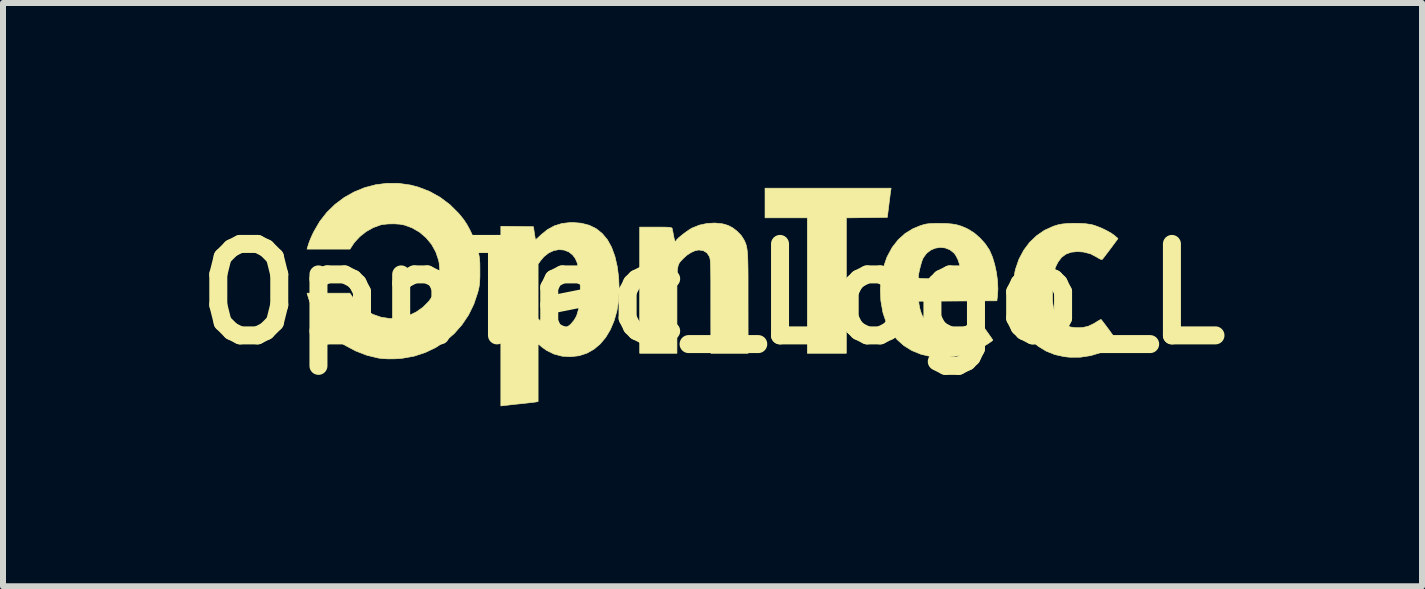
<source format=kicad_pcb>
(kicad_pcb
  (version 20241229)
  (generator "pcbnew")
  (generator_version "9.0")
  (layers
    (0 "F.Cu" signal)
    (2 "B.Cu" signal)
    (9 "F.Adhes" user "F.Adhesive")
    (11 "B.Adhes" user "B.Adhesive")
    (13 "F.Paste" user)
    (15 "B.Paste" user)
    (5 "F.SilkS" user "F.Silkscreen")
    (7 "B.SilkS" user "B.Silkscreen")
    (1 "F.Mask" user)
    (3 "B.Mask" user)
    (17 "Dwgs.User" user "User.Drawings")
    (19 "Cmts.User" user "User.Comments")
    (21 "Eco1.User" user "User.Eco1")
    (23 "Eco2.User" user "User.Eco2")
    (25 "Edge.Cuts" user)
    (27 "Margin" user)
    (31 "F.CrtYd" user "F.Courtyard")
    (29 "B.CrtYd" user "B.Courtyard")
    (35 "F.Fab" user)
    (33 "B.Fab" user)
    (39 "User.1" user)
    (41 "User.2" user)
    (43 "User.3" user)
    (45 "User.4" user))
  (footprint "OpnTec_Logo_L"
    (layer "F.Cu")
    (at 8.825 1.85)
    (property "Reference" "OpnTec_Logo_L" (at 0 0 0) (layer "F.SilkS") (effects (font (size 1.524 1.524) (thickness 0.3))))
    (attr through_hole)
    (fp_poly (pts (xy 2.969 -1.718) (xy 2.964 -1.687) (xy 2.958 -1.635) (xy 2.949 -1.568) (xy 2.94 -1.494) (xy 2.938 -1.475) (xy 2.913 -1.277) (xy 2.23 -1.269) (xy 2.23 0.988) (xy 1.58 0.988) (xy 1.58 -1.27) (xy 0.875 -1.27) (xy 0.875 -1.764) (xy 2.976 -1.764) (xy 2.969 -1.718)) (stroke (width 0.01) (type solid)) (fill yes) (layer "F.SilkS"))
    (fp_poly (pts (xy 0.166 -1.17) (xy 0.257 -1.144) (xy 0.335 -1.104) (xy 0.41 -1.046) (xy 0.476 -0.978) (xy 0.52 -0.911) (xy 0.535 -0.881) (xy 0.547 -0.854) (xy 0.558 -0.825) (xy 0.566 -0.794) (xy 0.573 -0.758) (xy 0.579 -0.714) (xy 0.584 -0.66) (xy 0.587 -0.594) (xy 0.589 -0.513) (xy 0.591 -0.415) (xy 0.592 -0.298) (xy 0.592 -0.159) (xy 0.592 0.004) (xy 0.592 0.145) (xy 0.593 0.988) (xy -0.028 0.988) (xy -0.029 0.208) (xy -0.029 0.04) (xy -0.029 -0.103) (xy -0.029 -0.222) (xy -0.03 -0.32) (xy -0.031 -0.4) (xy -0.033 -0.463) (xy -0.035 -0.512) (xy -0.037 -0.549) (xy -0.04 -0.577) (xy -0.044 -0.598) (xy -0.049 -0.615) (xy -0.055 -0.629) (xy -0.056 -0.632) (xy -0.096 -0.688) (xy -0.153 -0.722) (xy -0.227 -0.734) (xy -0.229 -0.734) (xy -0.29 -0.722) (xy -0.358 -0.692) (xy -0.427 -0.647) (xy -0.481 -0.598) (xy -0.506 -0.573) (xy -0.526 -0.551) (xy -0.543 -0.532) (xy -0.557 -0.511) (xy -0.568 -0.487) (xy -0.577 -0.456) (xy -0.583 -0.417) (xy -0.588 -0.367) (xy -0.59 -0.303) (xy -0.592 -0.223) (xy -0.593 -0.124) (xy -0.593 -0.004) (xy -0.593 0.141) (xy -0.593 0.264) (xy -0.593 0.988) (xy -1.214 0.988) (xy -1.214 -1.115) (xy -0.946 -1.115) (xy -0.853 -1.115) (xy -0.784 -1.114) (xy -0.735 -1.112) (xy -0.704 -1.109) (xy -0.685 -1.104) (xy -0.676 -1.097) (xy -0.672 -1.09) (xy -0.667 -1.064) (xy -0.658 -1.02) (xy -0.649 -0.97) (xy -0.639 -0.923) (xy -0.628 -0.889) (xy -0.62 -0.875) (xy -0.619 -0.875) (xy -0.607 -0.886) (xy -0.607 -0.889) (xy -0.596 -0.906) (xy -0.567 -0.935) (xy -0.524 -0.971) (xy -0.475 -1.01) (xy -0.422 -1.048) (xy -0.373 -1.081) (xy -0.335 -1.102) (xy -0.217 -1.149) (xy -0.089 -1.176) (xy 0.041 -1.183) (xy 0.166 -1.17)) (stroke (width 0.01) (type solid)) (fill yes) (layer "F.SilkS"))
    (fp_poly (pts (xy -2.187 -1.18) (xy -2.055 -1.146) (xy -1.939 -1.089) (xy -1.838 -1.008) (xy -1.752 -0.905) (xy -1.682 -0.778) (xy -1.627 -0.627) (xy -1.587 -0.453) (xy -1.564 -0.269) (xy -1.556 -0.073) (xy -1.566 0.113) (xy -1.595 0.288) (xy -1.641 0.448) (xy -1.703 0.594) (xy -1.78 0.722) (xy -1.871 0.831) (xy -1.976 0.92) (xy -2.093 0.986) (xy -2.222 1.028) (xy -2.227 1.029) (xy -2.369 1.045) (xy -2.508 1.036) (xy -2.641 1.001) (xy -2.762 0.942) (xy -2.84 0.887) (xy -2.907 0.831) (xy -2.907 1.792) (xy -2.939 1.798) (xy -2.964 1.802) (xy -3.011 1.808) (xy -3.074 1.815) (xy -3.148 1.823) (xy -3.182 1.827) (xy -3.263 1.835) (xy -3.339 1.843) (xy -3.404 1.851) (xy -3.45 1.856) (xy -3.461 1.857) (xy -3.528 1.865) (xy -3.528 -0.496) (xy -2.907 -0.496) (xy -2.907 0.409) (xy -2.855 0.467) (xy -2.776 0.535) (xy -2.687 0.577) (xy -2.591 0.592) (xy -2.488 0.58) (xy -2.477 0.577) (xy -2.421 0.55) (xy -2.363 0.503) (xy -2.311 0.442) (xy -2.271 0.375) (xy -2.261 0.35) (xy -2.23 0.243) (xy -2.211 0.117) (xy -2.203 -0.031) (xy -2.205 -0.168) (xy -2.215 -0.309) (xy -2.231 -0.425) (xy -2.255 -0.519) (xy -2.288 -0.594) (xy -2.332 -0.652) (xy -2.386 -0.695) (xy -2.394 -0.701) (xy -2.475 -0.733) (xy -2.562 -0.74) (xy -2.649 -0.723) (xy -2.733 -0.683) (xy -2.81 -0.622) (xy -2.866 -0.556) (xy -2.907 -0.496) (xy -3.528 -0.496) (xy -3.528 -1.129) (xy -3.256 -1.126) (xy -2.985 -1.122) (xy -2.969 -1.016) (xy -2.961 -0.965) (xy -2.955 -0.925) (xy -2.951 -0.905) (xy -2.951 -0.904) (xy -2.941 -0.911) (xy -2.915 -0.933) (xy -2.879 -0.966) (xy -2.861 -0.984) (xy -2.752 -1.073) (xy -2.636 -1.136) (xy -2.511 -1.175) (xy -2.372 -1.191) (xy -2.335 -1.192) (xy -2.187 -1.18)) (stroke (width 0.01) (type solid)) (fill yes) (layer "F.SilkS"))
    (fp_poly (pts (xy 6.124 -1.177) (xy 6.221 -1.171) (xy 6.303 -1.159) (xy 6.336 -1.152) (xy 6.411 -1.127) (xy 6.494 -1.093) (xy 6.575 -1.053) (xy 6.647 -1.012) (xy 6.701 -0.974) (xy 6.705 -0.97) (xy 6.757 -0.924) (xy 6.635 -0.759) (xy 6.59 -0.699) (xy 6.55 -0.647) (xy 6.519 -0.606) (xy 6.5 -0.582) (xy 6.497 -0.579) (xy 6.48 -0.575) (xy 6.448 -0.588) (xy 6.407 -0.613) (xy 6.3 -0.67) (xy 6.181 -0.7) (xy 6.083 -0.707) (xy 5.978 -0.697) (xy 5.89 -0.665) (xy 5.818 -0.612) (xy 5.759 -0.534) (xy 5.748 -0.513) (xy 5.718 -0.452) (xy 5.697 -0.392) (xy 5.681 -0.328) (xy 5.672 -0.254) (xy 5.667 -0.163) (xy 5.666 -0.05) (xy 5.666 -0.049) (xy 5.666 0.041) (xy 5.668 0.11) (xy 5.672 0.164) (xy 5.679 0.208) (xy 5.689 0.249) (xy 5.697 0.275) (xy 5.74 0.379) (xy 5.8 0.458) (xy 5.875 0.515) (xy 5.967 0.55) (xy 6.049 0.561) (xy 6.161 0.56) (xy 6.26 0.538) (xy 6.355 0.493) (xy 6.379 0.478) (xy 6.422 0.451) (xy 6.456 0.432) (xy 6.473 0.424) (xy 6.474 0.424) (xy 6.484 0.434) (xy 6.507 0.464) (xy 6.54 0.507) (xy 6.579 0.559) (xy 6.621 0.616) (xy 6.662 0.673) (xy 6.699 0.725) (xy 6.729 0.768) (xy 6.748 0.797) (xy 6.742 0.813) (xy 6.716 0.838) (xy 6.673 0.869) (xy 6.619 0.902) (xy 6.559 0.935) (xy 6.496 0.964) (xy 6.464 0.978) (xy 6.302 1.027) (xy 6.13 1.053) (xy 5.956 1.054) (xy 5.863 1.044) (xy 5.703 1.009) (xy 5.559 0.951) (xy 5.427 0.87) (xy 5.311 0.77) (xy 5.208 0.65) (xy 5.127 0.518) (xy 5.068 0.371) (xy 5.036 0.247) (xy 5.019 0.135) (xy 5.012 0.009) (xy 5.013 -0.124) (xy 5.022 -0.252) (xy 5.039 -0.367) (xy 5.05 -0.415) (xy 5.107 -0.58) (xy 5.186 -0.729) (xy 5.284 -0.86) (xy 5.4 -0.971) (xy 5.532 -1.062) (xy 5.68 -1.129) (xy 5.757 -1.153) (xy 5.829 -1.167) (xy 5.919 -1.175) (xy 6.02 -1.179) (xy 6.124 -1.177)) (stroke (width 0.01) (type solid)) (fill yes) (layer "F.SilkS"))
    (fp_poly (pts (xy -5.232 -1.844) (xy -5.038 -1.817) (xy -4.904 -1.782) (xy -4.715 -1.709) (xy -4.539 -1.611) (xy -4.377 -1.489) (xy -4.231 -1.344) (xy -4.148 -1.242) (xy -4.093 -1.159) (xy -4.038 -1.057) (xy -3.987 -0.946) (xy -3.943 -0.834) (xy -3.914 -0.741) (xy -3.899 -0.681) (xy -3.889 -0.628) (xy -3.882 -0.575) (xy -3.878 -0.514) (xy -3.877 -0.437) (xy -3.877 -0.381) (xy -3.877 -0.291) (xy -3.88 -0.221) (xy -3.884 -0.164) (xy -3.892 -0.112) (xy -3.905 -0.057) (xy -3.913 -0.025) (xy -3.978 0.169) (xy -4.066 0.349) (xy -4.176 0.512) (xy -4.304 0.658) (xy -4.45 0.785) (xy -4.612 0.891) (xy -4.787 0.975) (xy -4.974 1.036) (xy -5.171 1.071) (xy -5.292 1.08) (xy -5.409 1.081) (xy -5.512 1.075) (xy -5.576 1.066) (xy -5.764 1.02) (xy -5.947 0.949) (xy -6.119 0.858) (xy -6.193 0.808) (xy -6.325 0.7) (xy -6.447 0.572) (xy -6.555 0.43) (xy -6.645 0.279) (xy -6.714 0.125) (xy -6.736 0.06) (xy -6.758 -0.014) (xy -6.044 -0.014) (xy -5.99 0.065) (xy -5.897 0.176) (xy -5.786 0.268) (xy -5.661 0.339) (xy -5.526 0.386) (xy -5.385 0.408) (xy -5.342 0.409) (xy -5.196 0.396) (xy -5.06 0.358) (xy -4.935 0.298) (xy -4.824 0.219) (xy -4.729 0.123) (xy -4.651 0.012) (xy -4.593 -0.11) (xy -4.557 -0.242) (xy -4.544 -0.381) (xy -4.557 -0.524) (xy -4.566 -0.564) (xy -4.612 -0.701) (xy -4.682 -0.827) (xy -4.774 -0.938) (xy -4.883 -1.031) (xy -5.008 -1.103) (xy -5.137 -1.15) (xy -5.214 -1.164) (xy -5.308 -1.17) (xy -5.405 -1.168) (xy -5.495 -1.159) (xy -5.538 -1.15) (xy -5.656 -1.106) (xy -5.772 -1.041) (xy -5.877 -0.958) (xy -5.965 -0.864) (xy -5.997 -0.818) (xy -6.042 -0.748) (xy -6.758 -0.748) (xy -6.736 -0.822) (xy -6.721 -0.866) (xy -6.697 -0.927) (xy -6.667 -0.993) (xy -6.646 -1.037) (xy -6.547 -1.208) (xy -6.428 -1.36) (xy -6.291 -1.494) (xy -6.139 -1.608) (xy -5.973 -1.701) (xy -5.798 -1.773) (xy -5.614 -1.821) (xy -5.424 -1.845) (xy -5.232 -1.844)) (stroke (width 0.01) (type solid)) (fill yes) (layer "F.SilkS"))
    (fp_poly (pts (xy 3.897 -1.175) (xy 3.991 -1.167) (xy 4.072 -1.153) (xy 4.148 -1.13) (xy 4.226 -1.097) (xy 4.269 -1.075) (xy 4.365 -1.014) (xy 4.458 -0.933) (xy 4.543 -0.839) (xy 4.61 -0.74) (xy 4.619 -0.723) (xy 4.665 -0.617) (xy 4.703 -0.491) (xy 4.732 -0.355) (xy 4.75 -0.216) (xy 4.756 -0.082) (xy 4.749 0.032) (xy 4.739 0.113) (xy 3.436 0.12) (xy 3.441 0.169) (xy 3.455 0.243) (xy 3.48 0.324) (xy 3.512 0.398) (xy 3.546 0.454) (xy 3.614 0.52) (xy 3.698 0.567) (xy 3.797 0.595) (xy 3.905 0.605) (xy 4.02 0.596) (xy 4.138 0.568) (xy 4.255 0.521) (xy 4.368 0.456) (xy 4.379 0.448) (xy 4.408 0.432) (xy 4.428 0.431) (xy 4.43 0.432) (xy 4.447 0.453) (xy 4.474 0.49) (xy 4.509 0.537) (xy 4.547 0.59) (xy 4.586 0.644) (xy 4.621 0.694) (xy 4.649 0.734) (xy 4.667 0.76) (xy 4.671 0.768) (xy 4.659 0.781) (xy 4.628 0.803) (xy 4.584 0.833) (xy 4.531 0.865) (xy 4.475 0.898) (xy 4.422 0.927) (xy 4.383 0.946) (xy 4.253 0.993) (xy 4.107 1.028) (xy 3.952 1.049) (xy 3.799 1.055) (xy 3.655 1.045) (xy 3.641 1.043) (xy 3.474 1.004) (xy 3.323 0.943) (xy 3.189 0.86) (xy 3.073 0.756) (xy 2.977 0.631) (xy 2.9 0.487) (xy 2.844 0.323) (xy 2.837 0.294) (xy 2.805 0.11) (xy 2.797 -0.078) (xy 2.812 -0.264) (xy 2.814 -0.274) (xy 3.429 -0.274) (xy 3.433 -0.268) (xy 3.447 -0.263) (xy 3.474 -0.259) (xy 3.516 -0.257) (xy 3.578 -0.255) (xy 3.661 -0.254) (xy 3.769 -0.254) (xy 3.789 -0.254) (xy 4.149 -0.254) (xy 4.148 -0.286) (xy 4.141 -0.385) (xy 4.12 -0.483) (xy 4.09 -0.573) (xy 4.052 -0.647) (xy 4.024 -0.683) (xy 3.956 -0.737) (xy 3.877 -0.768) (xy 3.795 -0.777) (xy 3.712 -0.764) (xy 3.635 -0.731) (xy 3.567 -0.678) (xy 3.514 -0.606) (xy 3.5 -0.577) (xy 3.484 -0.532) (xy 3.467 -0.471) (xy 3.45 -0.404) (xy 3.437 -0.341) (xy 3.43 -0.29) (xy 3.429 -0.274) (xy 2.814 -0.274) (xy 2.848 -0.444) (xy 2.906 -0.612) (xy 2.915 -0.63) (xy 2.995 -0.778) (xy 3.094 -0.904) (xy 3.209 -1.008) (xy 3.342 -1.089) (xy 3.463 -1.139) (xy 3.512 -1.154) (xy 3.555 -1.165) (xy 3.599 -1.171) (xy 3.652 -1.175) (xy 3.721 -1.177) (xy 3.782 -1.177) (xy 3.897 -1.175)) (stroke (width 0.01) (type solid)) (fill yes) (layer "F.SilkS")))
  (gr_rect
    (start -3 -3)
    (end 20.649 6.721)
    (stroke (width 0.1) (type default))
    (fill no)
    (layer "Edge.Cuts")))
</source>
